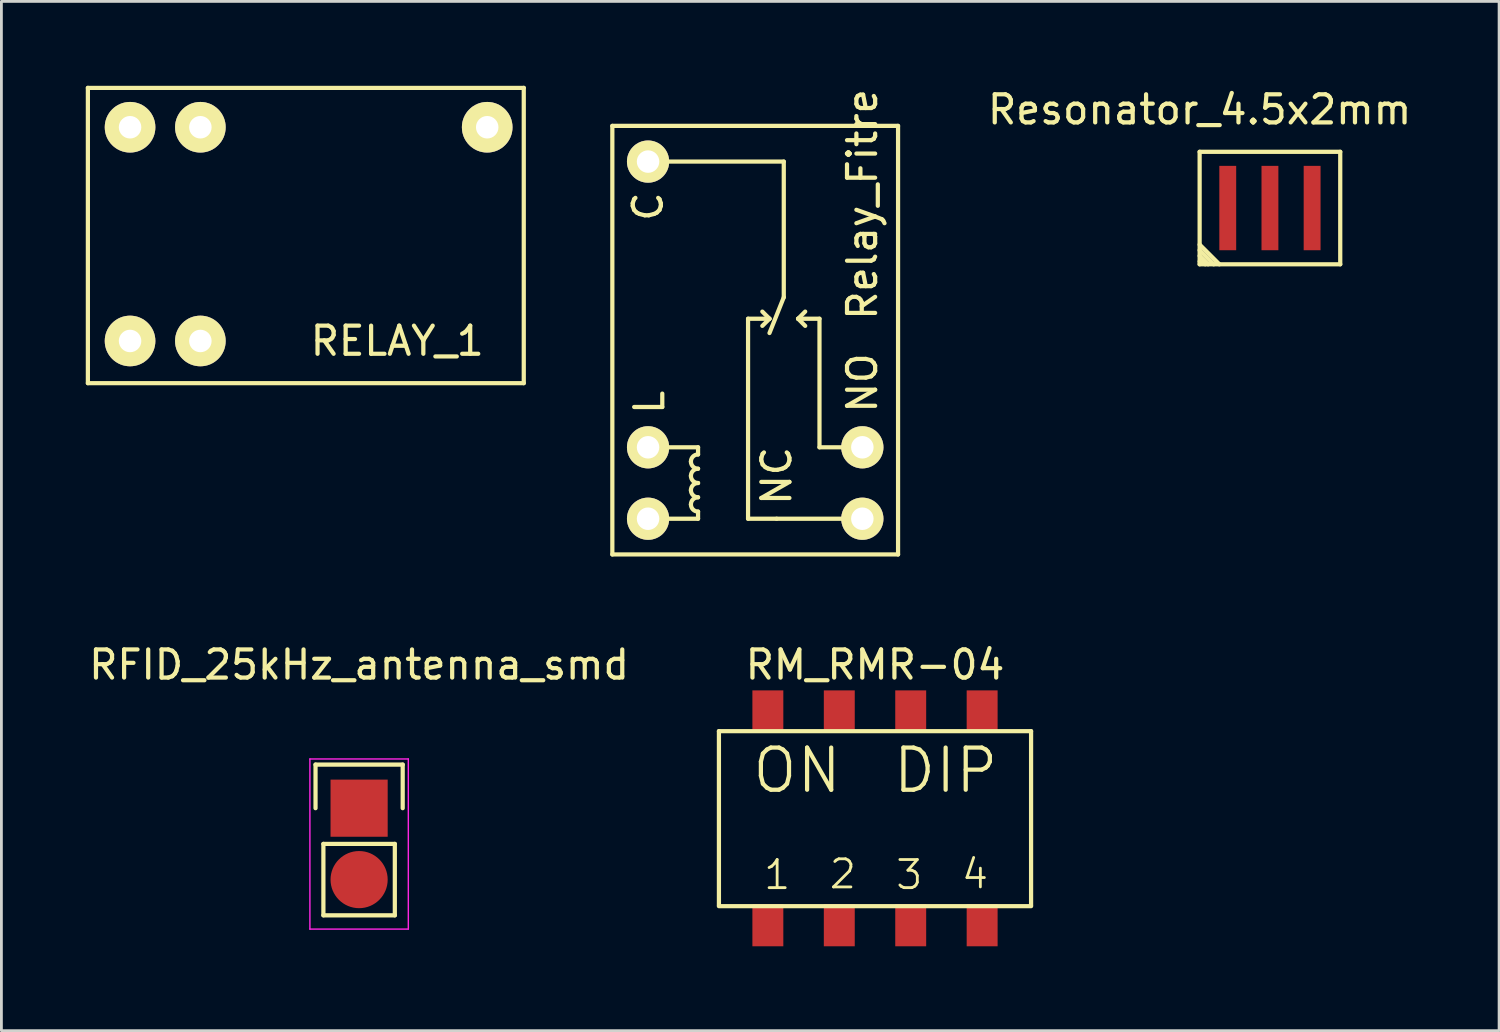
<source format=kicad_pcb>
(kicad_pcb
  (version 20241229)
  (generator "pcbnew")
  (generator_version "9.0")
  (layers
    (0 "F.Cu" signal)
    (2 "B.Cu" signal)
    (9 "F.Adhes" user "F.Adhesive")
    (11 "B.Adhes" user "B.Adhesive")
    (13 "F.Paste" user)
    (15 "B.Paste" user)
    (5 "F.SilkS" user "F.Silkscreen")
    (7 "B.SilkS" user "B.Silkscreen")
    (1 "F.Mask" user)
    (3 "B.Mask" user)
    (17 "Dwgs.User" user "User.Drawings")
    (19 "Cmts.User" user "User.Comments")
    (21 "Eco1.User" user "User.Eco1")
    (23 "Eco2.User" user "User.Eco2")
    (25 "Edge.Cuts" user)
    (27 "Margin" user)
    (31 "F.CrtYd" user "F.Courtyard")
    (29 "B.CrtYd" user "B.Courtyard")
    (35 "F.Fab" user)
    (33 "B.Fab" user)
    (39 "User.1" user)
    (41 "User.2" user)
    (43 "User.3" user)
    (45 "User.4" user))
  (footprint "Relay_Fitre"
    (layer "F.Cu")
    (at 23.805 9.046)
    (property "Reference" "Relay_Fitre" (at 3.81 -4.826 90) (layer "F.SilkS") (effects (font (size 1 1) (thickness 0.15))))
    (attr through_hole)
    (fp_line (start -5.08 -7.62) (end -5.08 7.62) (stroke (width 0.15) (type solid)) (layer "F.SilkS"))
    (fp_line (start -5.08 7.62) (end 5.08 7.62) (stroke (width 0.15) (type solid)) (layer "F.SilkS"))
    (fp_line (start -3.81 -6.35) (end 1.016 -6.35) (stroke (width 0.15) (type solid)) (layer "F.SilkS"))
    (fp_line (start -3.81 3.81) (end -2.032 3.81) (stroke (width 0.15) (type solid)) (layer "F.SilkS"))
    (fp_line (start -3.81 6.35) (end -2.032 6.35) (stroke (width 0.15) (type solid)) (layer "F.SilkS"))
    (fp_line (start -2.032 4.064) (end -2.032 3.81) (stroke (width 0.15) (type solid)) (layer "F.SilkS"))
    (fp_line (start -2.032 6.096) (end -2.032 6.35) (stroke (width 0.15) (type solid)) (layer "F.SilkS"))
    (fp_line (start -0.254 -0.762) (end 0.508 -0.762) (stroke (width 0.15) (type solid)) (layer "F.SilkS"))
    (fp_line (start -0.254 6.35) (end -0.254 -0.762) (stroke (width 0.15) (type solid)) (layer "F.SilkS"))
    (fp_line (start 0.508 -0.762) (end 0.254 -1.016) (stroke (width 0.15) (type solid)) (layer "F.SilkS"))
    (fp_line (start 0.508 -0.762) (end 0.254 -0.508) (stroke (width 0.15) (type solid)) (layer "F.SilkS"))
    (fp_line (start 0.762 6.35) (end -0.254 6.35) (stroke (width 0.15) (type solid)) (layer "F.SilkS"))
    (fp_line (start 1.016 -6.35) (end 1.016 -1.524) (stroke (width 0.15) (type solid)) (layer "F.SilkS"))
    (fp_line (start 1.016 -1.524) (end 0.508 -0.254) (stroke (width 0.15) (type solid)) (layer "F.SilkS"))
    (fp_line (start 1.524 -0.762) (end 1.778 -1.016) (stroke (width 0.15) (type solid)) (layer "F.SilkS"))
    (fp_line (start 1.524 -0.762) (end 1.778 -0.508) (stroke (width 0.15) (type solid)) (layer "F.SilkS"))
    (fp_line (start 2.286 -0.762) (end 1.524 -0.762) (stroke (width 0.15) (type solid)) (layer "F.SilkS"))
    (fp_line (start 2.286 3.81) (end 2.286 -0.762) (stroke (width 0.15) (type solid)) (layer "F.SilkS"))
    (fp_line (start 3.81 3.81) (end 2.286 3.81) (stroke (width 0.15) (type solid)) (layer "F.SilkS"))
    (fp_line (start 3.81 6.35) (end 0.762 6.35) (stroke (width 0.15) (type solid)) (layer "F.SilkS"))
    (fp_line (start 5.08 -7.62) (end -5.08 -7.62) (stroke (width 0.15) (type solid)) (layer "F.SilkS"))
    (fp_line (start 5.08 7.62) (end 5.08 -7.62) (stroke (width 0.15) (type solid)) (layer "F.SilkS"))
    (fp_arc (start -2.286 4.318) (mid -2.211605 4.138395) (end -2.032 4.064) (stroke (width 0.15) (type solid)) (layer "F.SilkS"))
    (fp_arc (start -2.286 4.826) (mid -2.211605 4.646395) (end -2.032 4.572) (stroke (width 0.15) (type solid)) (layer "F.SilkS"))
    (fp_arc (start -2.286 5.334) (mid -2.211605 5.154395) (end -2.032 5.08) (stroke (width 0.15) (type solid)) (layer "F.SilkS"))
    (fp_arc (start -2.286 5.842) (mid -2.211605 5.662395) (end -2.032 5.588) (stroke (width 0.15) (type solid)) (layer "F.SilkS"))
    (fp_arc (start -2.032 4.572) (mid -2.211605 4.497605) (end -2.286 4.318) (stroke (width 0.15) (type solid)) (layer "F.SilkS"))
    (fp_arc (start -2.032 5.08) (mid -2.211605 5.005605) (end -2.286 4.826) (stroke (width 0.15) (type solid)) (layer "F.SilkS"))
    (fp_arc (start -2.032 5.588) (mid -2.211605 5.513605) (end -2.286 5.334) (stroke (width 0.15) (type solid)) (layer "F.SilkS"))
    (fp_arc (start -2.032 6.096) (mid -2.211605 6.021605) (end -2.286 5.842) (stroke (width 0.15) (type solid)) (layer "F.SilkS"))
    (fp_text user "C" (at -3.81 -4.75 90) (layer "F.SilkS") (effects (font (size 1 1) (thickness 0.15))))
    (fp_text user "L" (at -3.759 2.21 90) (layer "F.SilkS") (effects (font (size 1 1) (thickness 0.15))))
    (fp_text user "NO" (at 3.81 1.524 90) (layer "F.SilkS") (effects (font (size 1 1) (thickness 0.15))))
    (fp_text user "NC" (at 0.762 4.826 90) (layer "F.SilkS") (effects (font (size 1 1) (thickness 0.15))))
    (pad "1" thru_hole circle (at -3.81 -6.35 90) (size 1.501 1.501) (drill 0.8) (layers "*.Cu" "*.Mask" "F.SilkS"))
    (pad "2" thru_hole circle (at -3.81 3.81 90) (size 1.501 1.501) (drill 0.8) (layers "*.Cu" "*.Mask" "F.SilkS"))
    (pad "3" thru_hole circle (at -3.81 6.35 90) (size 1.501 1.501) (drill 0.8) (layers "*.Cu" "*.Mask" "F.SilkS"))
    (pad "4" thru_hole circle (at 3.81 6.35 90) (size 1.501 1.501) (drill 0.8) (layers "*.Cu" "*.Mask" "F.SilkS"))
    (pad "5" thru_hole circle (at 3.81 3.81 90) (size 1.501 1.501) (drill 0.8) (layers "*.Cu" "*.Mask" "F.SilkS")))
  (footprint "Resonator_4.5x2mm"
    (layer "F.Cu")
    (at 42.109 4.348)
    (property "Reference" "Resonator_4.5x2mm" (at -2.5 -3.5 0) (layer "F.SilkS") (effects (font (size 1 1) (thickness 0.15))))
    (attr smd)
    (fp_line (start -2.5 -2) (end 2.5 -2) (stroke (width 0.15) (type solid)) (layer "F.SilkS"))
    (fp_line (start -2.5 1.3) (end -1.8 2) (stroke (width 0.15) (type solid)) (layer "F.SilkS"))
    (fp_line (start -2.5 1.5) (end -2 2) (stroke (width 0.15) (type solid)) (layer "F.SilkS"))
    (fp_line (start -2.5 1.7) (end -2.2 2) (stroke (width 0.15) (type solid)) (layer "F.SilkS"))
    (fp_line (start -2.5 1.9) (end -2.3 2) (stroke (width 0.15) (type solid)) (layer "F.SilkS"))
    (fp_line (start -2.5 2) (end -2.5 -2) (stroke (width 0.15) (type solid)) (layer "F.SilkS"))
    (fp_line (start 2.5 -2) (end 2.5 2) (stroke (width 0.15) (type solid)) (layer "F.SilkS"))
    (fp_line (start 2.5 2) (end -2.5 2) (stroke (width 0.15) (type solid)) (layer "F.SilkS"))
    (pad "1" smd rect (at -1.5 0) (size 0.6 3) (layers "F.Cu" "F.Mask" "F.Paste"))
    (pad "2" smd rect (at 0 0) (size 0.6 3) (layers "F.Cu" "F.Mask" "F.Paste"))
    (pad "3" smd rect (at 1.5 0) (size 0.6 3) (layers "F.Cu" "F.Mask" "F.Paste")))
  (footprint "RELAY_1"
    (layer "F.Cu")
    (at 7.575 5.075)
    (property "Reference" "RELAY_1" (at 3.5 4 0) (layer "F.SilkS") (effects (font (size 1 1) (thickness 0.15))))
    (attr through_hole)
    (fp_line (start -7.5 -5) (end 8 -5) (stroke (width 0.15) (type solid)) (layer "F.SilkS"))
    (fp_line (start -7.5 5.5) (end -7.5 -5) (stroke (width 0.15) (type solid)) (layer "F.SilkS"))
    (fp_line (start 8 -5) (end 8 5.5) (stroke (width 0.15) (type solid)) (layer "F.SilkS"))
    (fp_line (start 8 5.5) (end -7.5 5.5) (stroke (width 0.15) (type solid)) (layer "F.SilkS"))
    (pad "1" thru_hole circle (at 6.7 -3.6) (size 1.8 1.8) (drill 0.8) (layers "*.Cu" "*.Mask" "F.SilkS"))
    (pad "2" thru_hole circle (at -3.5 -3.6) (size 1.8 1.8) (drill 0.8) (layers "*.Cu" "*.Mask" "F.SilkS"))
    (pad "3" thru_hole circle (at -6 -3.6) (size 1.8 1.8) (drill 0.8) (layers "*.Cu" "*.Mask" "F.SilkS"))
    (pad "4" thru_hole circle (at -6 4) (size 1.8 1.8) (drill 0.8) (layers "*.Cu" "*.Mask" "F.SilkS"))
    (pad "5" thru_hole circle (at -3.5 4) (size 1.8 1.8) (drill 0.8) (layers "*.Cu" "*.Mask" "F.SilkS")))
  (footprint "RFID_25kHz_antenna_smd"
    (layer "F.Cu")
    (at 9.72 25.689)
    (property "Reference" "RFID_25kHz_antenna_smd" (at 0 -5.1 0) (layer "F.SilkS") (effects (font (size 1 1) (thickness 0.15))))
    (attr through_hole)
    (fp_line (start -1.55 -1.55) (end 1.55 -1.55) (stroke (width 0.15) (type solid)) (layer "F.SilkS"))
    (fp_line (start -1.55 0) (end -1.55 -1.55) (stroke (width 0.15) (type solid)) (layer "F.SilkS"))
    (fp_line (start -1.27 1.27) (end -1.27 3.81) (stroke (width 0.15) (type solid)) (layer "F.SilkS"))
    (fp_line (start -1.27 3.81) (end 1.27 3.81) (stroke (width 0.15) (type solid)) (layer "F.SilkS"))
    (fp_line (start 1.27 1.27) (end -1.27 1.27) (stroke (width 0.15) (type solid)) (layer "F.SilkS"))
    (fp_line (start 1.27 1.27) (end 1.27 3.81) (stroke (width 0.15) (type solid)) (layer "F.SilkS"))
    (fp_line (start 1.55 -1.55) (end 1.55 0) (stroke (width 0.15) (type solid)) (layer "F.SilkS"))
    (fp_line (start -1.75 -1.75) (end -1.75 4.3) (stroke (width 0.05) (type solid)) (layer "F.CrtYd"))
    (fp_line (start -1.75 -1.75) (end 1.75 -1.75) (stroke (width 0.05) (type solid)) (layer "F.CrtYd"))
    (fp_line (start -1.75 4.3) (end 1.75 4.3) (stroke (width 0.05) (type solid)) (layer "F.CrtYd"))
    (fp_line (start 1.75 -1.75) (end 1.75 4.3) (stroke (width 0.05) (type solid)) (layer "F.CrtYd"))
    (pad "1" smd rect (at 0 0) (size 2.032 2.032) (layers "F.Cu" "F.Mask" "F.Paste"))
    (pad "2" smd oval (at 0 2.54) (size 2.032 2.032) (layers "F.Cu" "F.Mask" "F.Paste")))
  (footprint "RM_RMR-04"
    (layer "F.Cu")
    (at 28.065 26.05)
    (property "Reference" "RM_RMR-04" (at 0 -5.461 0) (layer "F.SilkS") (effects (font (size 1 1) (thickness 0.15))))
    (attr through_hole)
    (fp_line (start -5.55 -3.1) (end -5.55 3.1) (stroke (width 0.15) (type solid)) (layer "F.SilkS"))
    (fp_line (start -5.55 -3.1) (end 5.55 -3.1) (stroke (width 0.15) (type solid)) (layer "F.SilkS"))
    (fp_line (start -5.55 3.123) (end 5.55 3.123) (stroke (width 0.15) (type solid)) (layer "F.SilkS"))
    (fp_line (start 5.55 -3.1) (end 5.55 3.1) (stroke (width 0.15) (type solid)) (layer "F.SilkS"))
    (fp_text user "ON" (at -2.772 -1.703 0) (layer "F.SilkS") (effects (font (size 1.5 1.5) (thickness 0.15))))
    (fp_text user "2" (at -1.143 1.981 0) (layer "F.SilkS") (effects (font (size 1 1) (thickness 0.1))))
    (fp_text user "1" (at -3.48 2.007 0) (layer "F.SilkS") (effects (font (size 1 1) (thickness 0.1))))
    (fp_text user "DIP" (at 2.512 -1.703 0) (layer "F.SilkS") (effects (font (size 1.5 1.5) (thickness 0.15))))
    (fp_text user "3" (at 1.219 2.007 0) (layer "F.SilkS") (effects (font (size 1 1) (thickness 0.1))))
    (fp_text user "4" (at 3.556 1.981 0) (layer "F.SilkS") (effects (font (size 1 1) (thickness 0.1))))
    (pad "1" smd rect (at -3.81 3.8) (size 1.1 1.5) (layers "F.Cu" "F.Mask" "F.Paste"))
    (pad "2" smd rect (at -1.27 3.8) (size 1.1 1.5) (layers "F.Cu" "F.Mask" "F.Paste"))
    (pad "3" smd rect (at 1.27 3.8) (size 1.1 1.5) (layers "F.Cu" "F.Mask" "F.Paste"))
    (pad "4" smd rect (at 3.81 3.8) (size 1.1 1.5) (layers "F.Cu" "F.Mask" "F.Paste"))
    (pad "5" smd rect (at 3.81 -3.8) (size 1.1 1.5) (layers "F.Cu" "F.Mask" "F.Paste"))
    (pad "6" smd rect (at 1.27 -3.8) (size 1.1 1.5) (layers "F.Cu" "F.Mask" "F.Paste"))
    (pad "7" smd rect (at -1.27 -3.8) (size 1.1 1.5) (layers "F.Cu" "F.Mask" "F.Paste"))
    (pad "8" smd rect (at -3.81 -3.8) (size 1.1 1.5) (layers "F.Cu" "F.Mask" "F.Paste")))
  (gr_rect
    (start -3 -3)
    (end 50.258 33.6)
    (stroke (width 0.1) (type default))
    (fill no)
    (layer "Edge.Cuts")))
</source>
